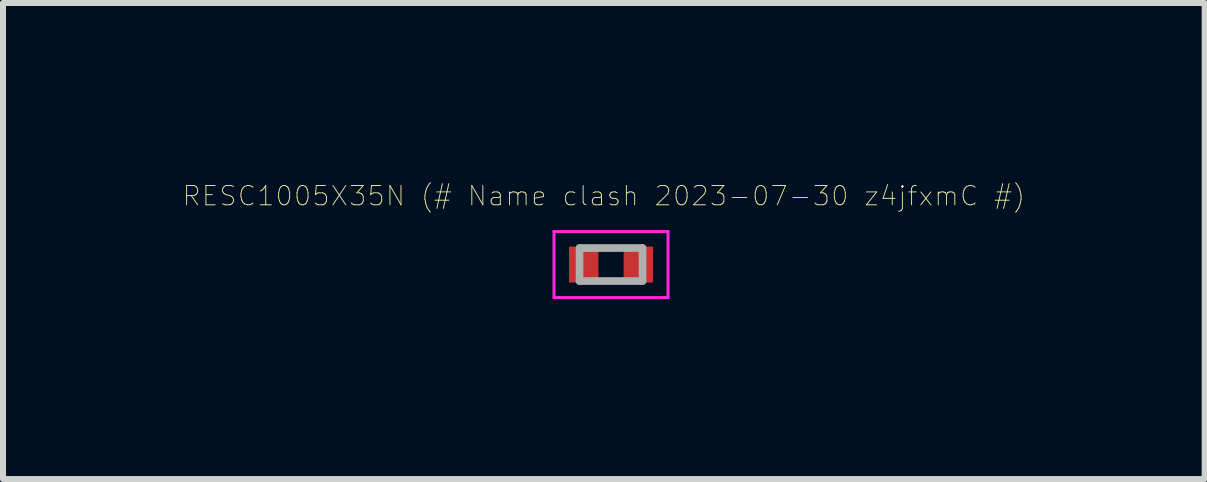
<source format=kicad_pcb>
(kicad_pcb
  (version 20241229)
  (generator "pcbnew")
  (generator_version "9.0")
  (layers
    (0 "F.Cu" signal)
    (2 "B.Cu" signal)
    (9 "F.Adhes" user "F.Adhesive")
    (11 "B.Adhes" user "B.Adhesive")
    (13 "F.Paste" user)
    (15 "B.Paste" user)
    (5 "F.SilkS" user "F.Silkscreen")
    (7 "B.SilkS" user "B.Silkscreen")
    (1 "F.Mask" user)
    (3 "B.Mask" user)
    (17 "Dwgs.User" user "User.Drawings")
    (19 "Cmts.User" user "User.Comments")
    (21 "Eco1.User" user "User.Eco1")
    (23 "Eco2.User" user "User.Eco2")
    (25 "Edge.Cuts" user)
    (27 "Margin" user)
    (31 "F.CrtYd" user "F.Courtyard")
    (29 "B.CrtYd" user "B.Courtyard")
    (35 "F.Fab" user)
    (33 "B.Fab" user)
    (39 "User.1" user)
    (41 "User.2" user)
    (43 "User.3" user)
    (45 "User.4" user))
  (footprint "RESC1005X35N (# Name clash 2023-07-30 z4jfxmC #)"
    (layer "F.Cu")
    (at 7.134 1.359)
    (property "Reference" "RESC1005X35N (# Name clash 2023-07-30 z4jfxmC #)" (at -0.12 -1.144 0) (layer "F.SilkS") (effects (font (size 0.322 0.322) (thickness 0.015))))
    (attr through_hole)
    (fp_line (start -0.95 -0.55) (end 0.95 -0.55) (stroke (width 0.05) (type solid)) (layer "F.CrtYd"))
    (fp_line (start -0.95 0.55) (end -0.95 -0.55) (stroke (width 0.05) (type solid)) (layer "F.CrtYd"))
    (fp_line (start 0.95 -0.55) (end 0.95 0.55) (stroke (width 0.05) (type solid)) (layer "F.CrtYd"))
    (fp_line (start 0.95 0.55) (end -0.95 0.55) (stroke (width 0.05) (type solid)) (layer "F.CrtYd"))
    (fp_line (start -0.525 -0.275) (end -0.525 0.275) (stroke (width 0.127) (type solid)) (layer "F.Fab"))
    (fp_line (start -0.525 -0.275) (end 0.525 -0.275) (stroke (width 0.127) (type solid)) (layer "F.Fab"))
    (fp_line (start -0.525 0.275) (end 0.525 0.275) (stroke (width 0.127) (type solid)) (layer "F.Fab"))
    (fp_line (start 0.525 -0.275) (end 0.525 0.275) (stroke (width 0.127) (type solid)) (layer "F.Fab"))
    (pad "1" smd rect (at -0.455 0) (size 0.49 0.6) (layers "F.Cu" "F.Mask" "F.Paste"))
    (pad "2" smd rect (at 0.455 0) (size 0.49 0.6) (layers "F.Cu" "F.Mask" "F.Paste")))
  (gr_rect
    (start -3 -3)
    (end 17.028 4.934)
    (stroke (width 0.1) (type default))
    (fill no)
    (layer "Edge.Cuts")))
</source>
